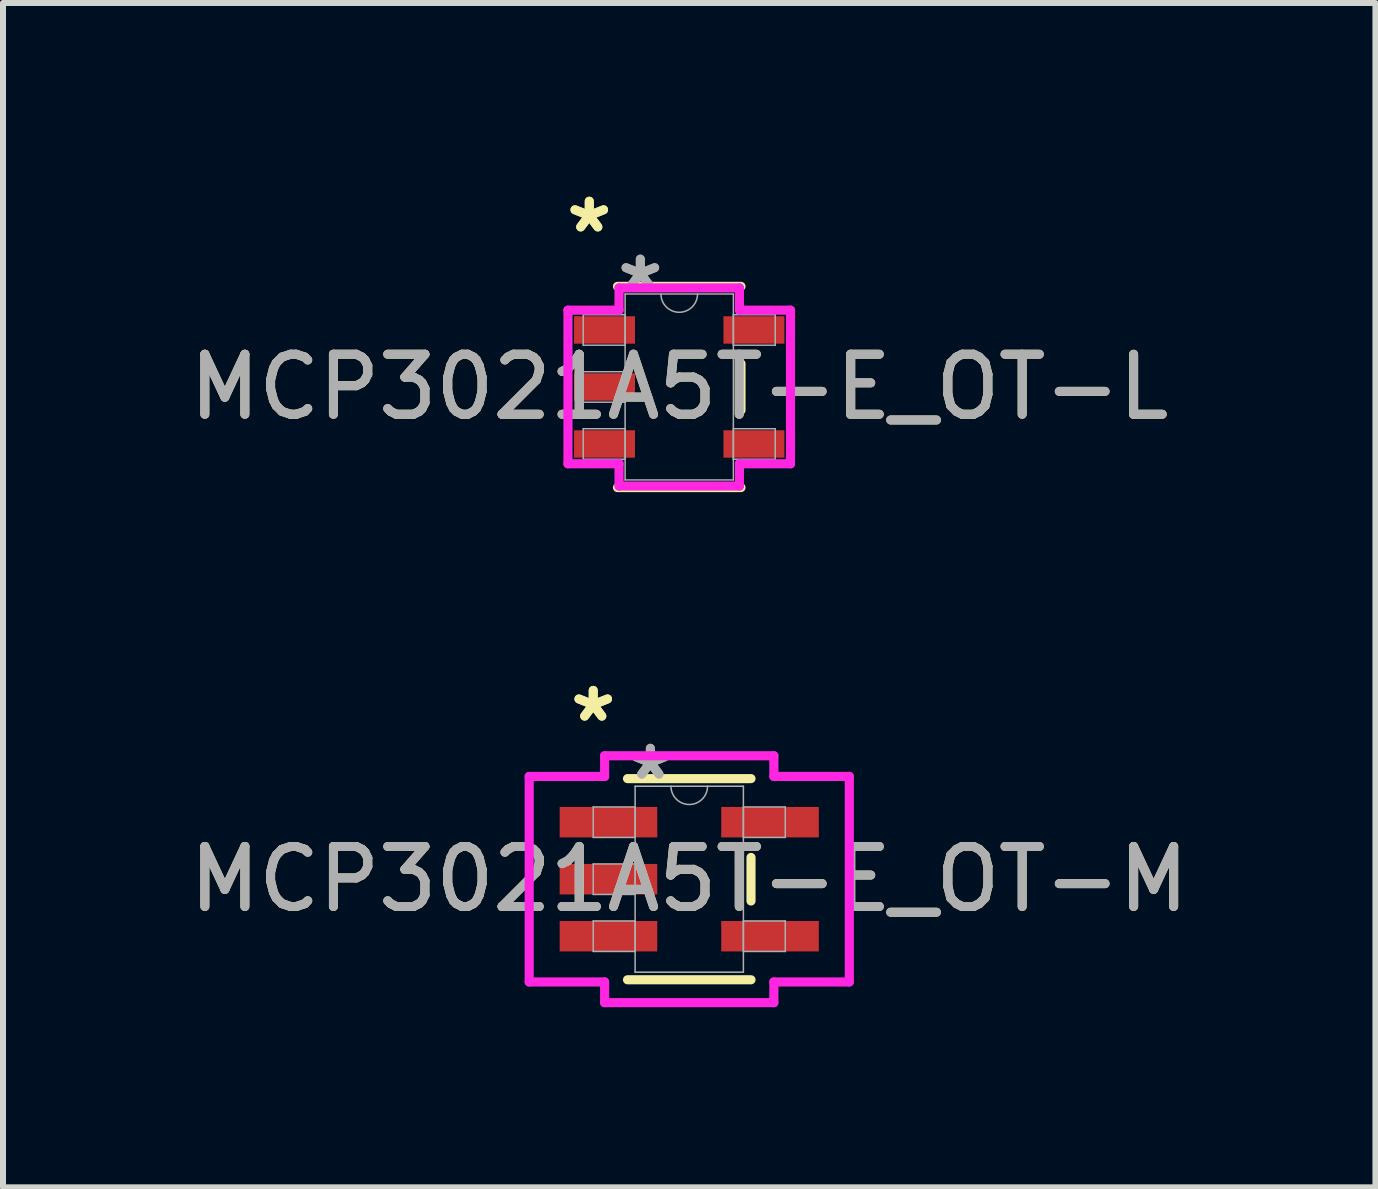
<source format=kicad_pcb>
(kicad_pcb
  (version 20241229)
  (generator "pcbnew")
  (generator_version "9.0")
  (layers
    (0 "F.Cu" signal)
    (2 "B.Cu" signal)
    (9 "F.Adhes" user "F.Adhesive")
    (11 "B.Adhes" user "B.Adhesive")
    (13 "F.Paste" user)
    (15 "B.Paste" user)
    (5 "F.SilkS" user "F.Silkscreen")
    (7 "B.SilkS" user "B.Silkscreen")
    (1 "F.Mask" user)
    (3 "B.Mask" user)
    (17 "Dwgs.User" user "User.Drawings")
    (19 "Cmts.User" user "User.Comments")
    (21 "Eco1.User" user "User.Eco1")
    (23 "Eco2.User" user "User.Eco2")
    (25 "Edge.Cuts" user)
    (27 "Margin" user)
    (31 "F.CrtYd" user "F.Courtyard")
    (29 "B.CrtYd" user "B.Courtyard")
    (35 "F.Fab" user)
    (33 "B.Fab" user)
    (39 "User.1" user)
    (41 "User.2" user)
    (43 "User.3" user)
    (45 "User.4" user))
  (footprint "MCP3021A5T-E_OT-L"
    (layer "F.Cu")
    (at 8.268 3.398)
    (property "Reference" "MCP3021A5T-E_OT-L" (at 0 0 0) (unlocked yes) (layer "F.SilkS") (effects (font (size 1 1) (thickness 0.15))))
    (attr smd)
    (fp_line (start -1.029 1.676) (end 1.029 1.676) (stroke (width 0.152) (type solid)) (layer "F.SilkS"))
    (fp_line (start 1.029 -1.676) (end -1.029 -1.676) (stroke (width 0.152) (type solid)) (layer "F.SilkS"))
    (fp_line (start 1.029 0.389) (end 1.029 -0.389) (stroke (width 0.152) (type solid)) (layer "F.SilkS"))
    (fp_line (start -1.854 -1.28) (end -1.003 -1.28) (stroke (width 0.152) (type solid)) (layer "F.CrtYd"))
    (fp_line (start -1.854 1.28) (end -1.854 -1.28) (stroke (width 0.152) (type solid)) (layer "F.CrtYd"))
    (fp_line (start -1.003 -1.651) (end 1.003 -1.651) (stroke (width 0.152) (type solid)) (layer "F.CrtYd"))
    (fp_line (start -1.003 -1.28) (end -1.003 -1.651) (stroke (width 0.152) (type solid)) (layer "F.CrtYd"))
    (fp_line (start -1.003 1.28) (end -1.854 1.28) (stroke (width 0.152) (type solid)) (layer "F.CrtYd"))
    (fp_line (start -1.003 1.651) (end -1.003 1.28) (stroke (width 0.152) (type solid)) (layer "F.CrtYd"))
    (fp_line (start 1.003 -1.651) (end 1.003 -1.28) (stroke (width 0.152) (type solid)) (layer "F.CrtYd"))
    (fp_line (start 1.003 -1.28) (end 1.854 -1.28) (stroke (width 0.152) (type solid)) (layer "F.CrtYd"))
    (fp_line (start 1.003 1.28) (end 1.003 1.651) (stroke (width 0.152) (type solid)) (layer "F.CrtYd"))
    (fp_line (start 1.003 1.651) (end -1.003 1.651) (stroke (width 0.152) (type solid)) (layer "F.CrtYd"))
    (fp_line (start 1.854 -1.28) (end 1.854 1.28) (stroke (width 0.152) (type solid)) (layer "F.CrtYd"))
    (fp_line (start 1.854 1.28) (end 1.003 1.28) (stroke (width 0.152) (type solid)) (layer "F.CrtYd"))
    (fp_line (start -1.6 -1.204) (end -1.6 -0.696) (stroke (width 0.025) (type solid)) (layer "F.Fab"))
    (fp_line (start -1.6 -0.696) (end -0.902 -0.696) (stroke (width 0.025) (type solid)) (layer "F.Fab"))
    (fp_line (start -1.6 -0.254) (end -1.6 0.254) (stroke (width 0.025) (type solid)) (layer "F.Fab"))
    (fp_line (start -1.6 0.254) (end -0.902 0.254) (stroke (width 0.025) (type solid)) (layer "F.Fab"))
    (fp_line (start -1.6 0.696) (end -1.6 1.204) (stroke (width 0.025) (type solid)) (layer "F.Fab"))
    (fp_line (start -1.6 1.204) (end -0.902 1.204) (stroke (width 0.025) (type solid)) (layer "F.Fab"))
    (fp_line (start -0.902 -1.549) (end -0.902 1.549) (stroke (width 0.025) (type solid)) (layer "F.Fab"))
    (fp_line (start -0.902 -1.204) (end -1.6 -1.204) (stroke (width 0.025) (type solid)) (layer "F.Fab"))
    (fp_line (start -0.902 -0.696) (end -0.902 -1.204) (stroke (width 0.025) (type solid)) (layer "F.Fab"))
    (fp_line (start -0.902 -0.254) (end -1.6 -0.254) (stroke (width 0.025) (type solid)) (layer "F.Fab"))
    (fp_line (start -0.902 0.254) (end -0.902 -0.254) (stroke (width 0.025) (type solid)) (layer "F.Fab"))
    (fp_line (start -0.902 0.696) (end -1.6 0.696) (stroke (width 0.025) (type solid)) (layer "F.Fab"))
    (fp_line (start -0.902 1.204) (end -0.902 0.696) (stroke (width 0.025) (type solid)) (layer "F.Fab"))
    (fp_line (start -0.902 1.549) (end 0.902 1.549) (stroke (width 0.025) (type solid)) (layer "F.Fab"))
    (fp_line (start 0.902 -1.549) (end -0.902 -1.549) (stroke (width 0.025) (type solid)) (layer "F.Fab"))
    (fp_line (start 0.902 -1.204) (end 0.902 -0.696) (stroke (width 0.025) (type solid)) (layer "F.Fab"))
    (fp_line (start 0.902 -0.696) (end 1.6 -0.696) (stroke (width 0.025) (type solid)) (layer "F.Fab"))
    (fp_line (start 0.902 0.696) (end 0.902 1.204) (stroke (width 0.025) (type solid)) (layer "F.Fab"))
    (fp_line (start 0.902 1.204) (end 1.6 1.204) (stroke (width 0.025) (type solid)) (layer "F.Fab"))
    (fp_line (start 0.902 1.549) (end 0.902 -1.549) (stroke (width 0.025) (type solid)) (layer "F.Fab"))
    (fp_line (start 1.6 -1.204) (end 0.902 -1.204) (stroke (width 0.025) (type solid)) (layer "F.Fab"))
    (fp_line (start 1.6 -0.696) (end 1.6 -1.204) (stroke (width 0.025) (type solid)) (layer "F.Fab"))
    (fp_line (start 1.6 0.696) (end 0.902 0.696) (stroke (width 0.025) (type solid)) (layer "F.Fab"))
    (fp_line (start 1.6 1.204) (end 1.6 0.696) (stroke (width 0.025) (type solid)) (layer "F.Fab"))
    (fp_arc (start 0.3048 -1.5494) (mid 0 -1.2446) (end -0.3048 -1.5494) (stroke (width 0.0254) (type solid)) (layer "F.Fab"))
    (fp_text user "*" (at -1.499 -2.55 0) (unlocked yes) (layer "F.SilkS") (effects (font (size 1 1) (thickness 0.15))))
    (fp_text user "*" (at -1.499 -2.55 0) (layer "F.SilkS") (effects (font (size 1 1) (thickness 0.15))))
    (fp_text user "*" (at -0.648 -1.585 0) (unlocked yes) (layer "F.Fab") (effects (font (size 1 1) (thickness 0.15))))
    (fp_text user "${REFERENCE}" (at 0 0 0) (unlocked yes) (layer "F.Fab") (effects (font (size 1 1) (thickness 0.15))))
    (fp_text user "*" (at -0.648 -1.585 0) (layer "F.Fab") (effects (font (size 1 1) (thickness 0.15))))
    (pad "1" smd rect (at -1.245 -0.95) (size 1.016 0.457) (layers "F.Cu" "F.Mask" "F.Paste"))
    (pad "2" smd rect (at -1.245 0) (size 1.016 0.457) (layers "F.Cu" "F.Mask" "F.Paste"))
    (pad "3" smd rect (at -1.245 0.95) (size 1.016 0.457) (layers "F.Cu" "F.Mask" "F.Paste"))
    (pad "4" smd rect (at 1.245 0.95) (size 1.016 0.457) (layers "F.Cu" "F.Mask" "F.Paste"))
    (pad "5" smd rect (at 1.245 -0.95) (size 1.016 0.457) (layers "F.Cu" "F.Mask" "F.Paste")))
  (footprint "MCP3021A5T-E_OT-M"
    (layer "F.Cu")
    (at 8.435 11.6)
    (property "Reference" "MCP3021A5T-E_OT-M" (at 0 0 0) (unlocked yes) (layer "F.SilkS") (effects (font (size 1 1) (thickness 0.15))))
    (attr smd)
    (fp_line (start -1.029 1.676) (end 1.029 1.676) (stroke (width 0.152) (type solid)) (layer "F.SilkS"))
    (fp_line (start 1.029 -1.676) (end -1.029 -1.676) (stroke (width 0.152) (type solid)) (layer "F.SilkS"))
    (fp_line (start 1.029 0.363) (end 1.029 -0.363) (stroke (width 0.152) (type solid)) (layer "F.SilkS"))
    (fp_line (start -2.667 -1.712) (end -1.41 -1.712) (stroke (width 0.152) (type solid)) (layer "F.CrtYd"))
    (fp_line (start -2.667 1.712) (end -2.667 -1.712) (stroke (width 0.152) (type solid)) (layer "F.CrtYd"))
    (fp_line (start -1.41 -2.057) (end 1.41 -2.057) (stroke (width 0.152) (type solid)) (layer "F.CrtYd"))
    (fp_line (start -1.41 -1.712) (end -1.41 -2.057) (stroke (width 0.152) (type solid)) (layer "F.CrtYd"))
    (fp_line (start -1.41 1.712) (end -2.667 1.712) (stroke (width 0.152) (type solid)) (layer "F.CrtYd"))
    (fp_line (start -1.41 2.057) (end -1.41 1.712) (stroke (width 0.152) (type solid)) (layer "F.CrtYd"))
    (fp_line (start 1.41 -2.057) (end 1.41 -1.712) (stroke (width 0.152) (type solid)) (layer "F.CrtYd"))
    (fp_line (start 1.41 -1.712) (end 2.667 -1.712) (stroke (width 0.152) (type solid)) (layer "F.CrtYd"))
    (fp_line (start 1.41 1.712) (end 1.41 2.057) (stroke (width 0.152) (type solid)) (layer "F.CrtYd"))
    (fp_line (start 1.41 2.057) (end -1.41 2.057) (stroke (width 0.152) (type solid)) (layer "F.CrtYd"))
    (fp_line (start 2.667 -1.712) (end 2.667 1.712) (stroke (width 0.152) (type solid)) (layer "F.CrtYd"))
    (fp_line (start 2.667 1.712) (end 1.41 1.712) (stroke (width 0.152) (type solid)) (layer "F.CrtYd"))
    (fp_line (start -1.6 -1.204) (end -1.6 -0.696) (stroke (width 0.025) (type solid)) (layer "F.Fab"))
    (fp_line (start -1.6 -0.696) (end -0.902 -0.696) (stroke (width 0.025) (type solid)) (layer "F.Fab"))
    (fp_line (start -1.6 -0.254) (end -1.6 0.254) (stroke (width 0.025) (type solid)) (layer "F.Fab"))
    (fp_line (start -1.6 0.254) (end -0.902 0.254) (stroke (width 0.025) (type solid)) (layer "F.Fab"))
    (fp_line (start -1.6 0.696) (end -1.6 1.204) (stroke (width 0.025) (type solid)) (layer "F.Fab"))
    (fp_line (start -1.6 1.204) (end -0.902 1.204) (stroke (width 0.025) (type solid)) (layer "F.Fab"))
    (fp_line (start -0.902 -1.549) (end -0.902 1.549) (stroke (width 0.025) (type solid)) (layer "F.Fab"))
    (fp_line (start -0.902 -1.204) (end -1.6 -1.204) (stroke (width 0.025) (type solid)) (layer "F.Fab"))
    (fp_line (start -0.902 -0.696) (end -0.902 -1.204) (stroke (width 0.025) (type solid)) (layer "F.Fab"))
    (fp_line (start -0.902 -0.254) (end -1.6 -0.254) (stroke (width 0.025) (type solid)) (layer "F.Fab"))
    (fp_line (start -0.902 0.254) (end -0.902 -0.254) (stroke (width 0.025) (type solid)) (layer "F.Fab"))
    (fp_line (start -0.902 0.696) (end -1.6 0.696) (stroke (width 0.025) (type solid)) (layer "F.Fab"))
    (fp_line (start -0.902 1.204) (end -0.902 0.696) (stroke (width 0.025) (type solid)) (layer "F.Fab"))
    (fp_line (start -0.902 1.549) (end 0.902 1.549) (stroke (width 0.025) (type solid)) (layer "F.Fab"))
    (fp_line (start 0.902 -1.549) (end -0.902 -1.549) (stroke (width 0.025) (type solid)) (layer "F.Fab"))
    (fp_line (start 0.902 -1.204) (end 0.902 -0.696) (stroke (width 0.025) (type solid)) (layer "F.Fab"))
    (fp_line (start 0.902 -0.696) (end 1.6 -0.696) (stroke (width 0.025) (type solid)) (layer "F.Fab"))
    (fp_line (start 0.902 0.696) (end 0.902 1.204) (stroke (width 0.025) (type solid)) (layer "F.Fab"))
    (fp_line (start 0.902 1.204) (end 1.6 1.204) (stroke (width 0.025) (type solid)) (layer "F.Fab"))
    (fp_line (start 0.902 1.549) (end 0.902 -1.549) (stroke (width 0.025) (type solid)) (layer "F.Fab"))
    (fp_line (start 1.6 -1.204) (end 0.902 -1.204) (stroke (width 0.025) (type solid)) (layer "F.Fab"))
    (fp_line (start 1.6 -0.696) (end 1.6 -1.204) (stroke (width 0.025) (type solid)) (layer "F.Fab"))
    (fp_line (start 1.6 0.696) (end 0.902 0.696) (stroke (width 0.025) (type solid)) (layer "F.Fab"))
    (fp_line (start 1.6 1.204) (end 1.6 0.696) (stroke (width 0.025) (type solid)) (layer "F.Fab"))
    (fp_arc (start 0.3048 -1.5494) (mid 0 -1.2446) (end -0.3048 -1.5494) (stroke (width 0.0254) (type solid)) (layer "F.Fab"))
    (fp_text user "*" (at -1.6 -2.601 0) (layer "F.SilkS") (effects (font (size 1 1) (thickness 0.15))))
    (fp_text user "*" (at -1.6 -2.601 0) (unlocked yes) (layer "F.SilkS") (effects (font (size 1 1) (thickness 0.15))))
    (fp_text user "*" (at -0.648 -1.636 0) (layer "F.Fab") (effects (font (size 1 1) (thickness 0.15))))
    (fp_text user "*" (at -0.648 -1.636 0) (unlocked yes) (layer "F.Fab") (effects (font (size 1 1) (thickness 0.15))))
    (fp_text user "${REFERENCE}" (at 0 0 0) (unlocked yes) (layer "F.Fab") (effects (font (size 1 1) (thickness 0.15))))
    (pad "1" smd rect (at -1.346 -0.95) (size 1.626 0.508) (layers "F.Cu" "F.Mask" "F.Paste"))
    (pad "2" smd rect (at -1.346 0) (size 1.626 0.508) (layers "F.Cu" "F.Mask" "F.Paste"))
    (pad "3" smd rect (at -1.346 0.95) (size 1.626 0.508) (layers "F.Cu" "F.Mask" "F.Paste"))
    (pad "4" smd rect (at 1.346 0.95) (size 1.626 0.508) (layers "F.Cu" "F.Mask" "F.Paste"))
    (pad "5" smd rect (at 1.346 -0.95) (size 1.626 0.508) (layers "F.Cu" "F.Mask" "F.Paste")))
  (gr_rect
    (start -3 -3)
    (end 19.869 16.734)
    (stroke (width 0.1) (type default))
    (fill no)
    (layer "Edge.Cuts")))
</source>
